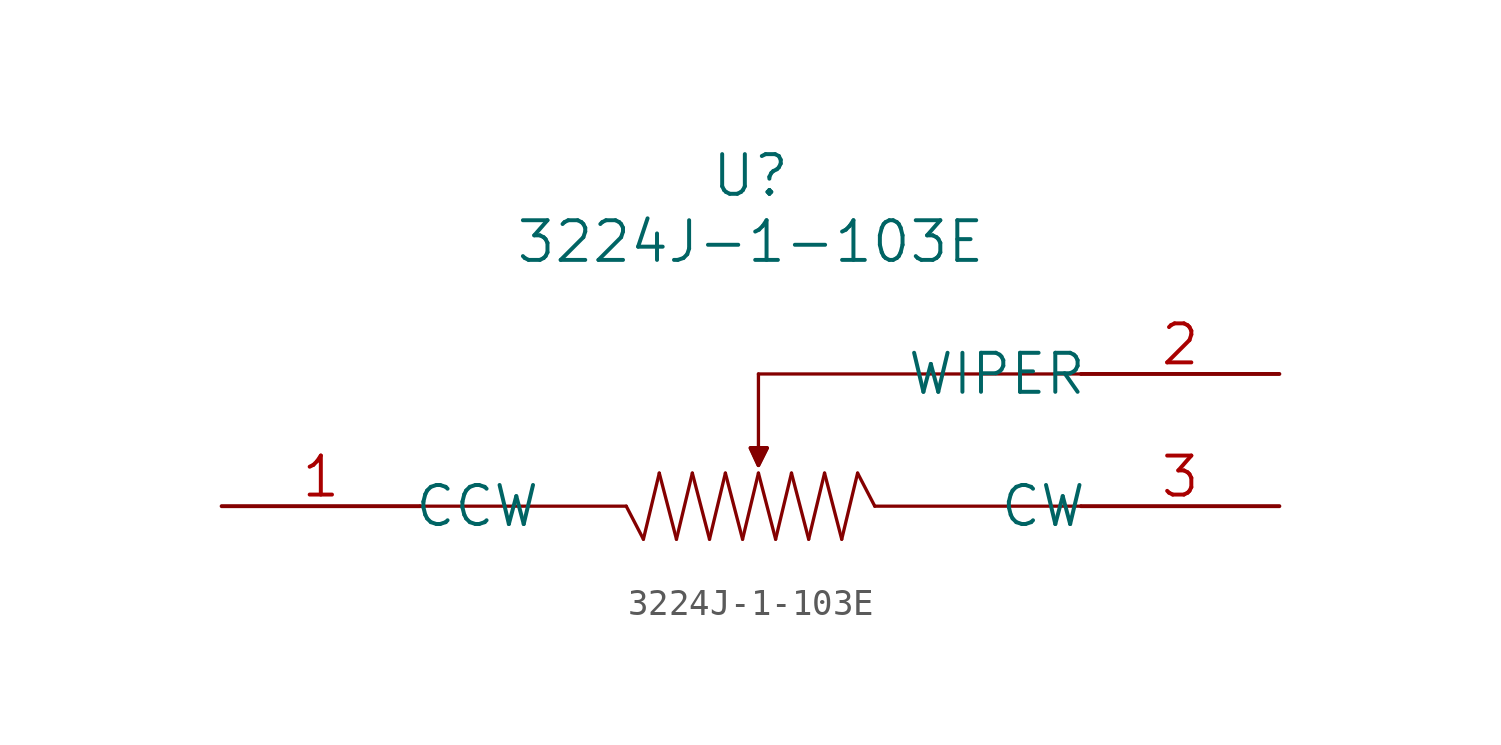
<source format=kicad_sym>
(kicad_symbol_lib
  (version 20211014)
  (generator kicad_symbol_editor)
  (symbol "3224J-1-103E"
    (pin_names
      (offset -0.254))
    (property "Reference" "U"
      (at 20.32 12.7 0)
      (effects (font (size 1.524 1.524))))
    (property "Value" "3224J-1-103E"
      (at 20.32 10.16 0)
      (effects (font (size 1.524 1.524))))
    (property "Datasheet" ""
      (at 0 0 0)
      (effects (font (size 1.524 1.524))))
    (symbol "3224J-1-103E_1_1"
      (polyline (pts (xy 15.545 0) (xy 7.62 0)) (stroke (width 0.127) (type default) (color 0 0 0 0)) (fill (type none)))
      (polyline (pts (xy 15.545 0) (xy 16.205 -1.27)) (stroke (width 0.127) (type default) (color 0 0 0 0)) (fill (type none)))
      (polyline (pts (xy 16.205 -1.27) (xy 16.815 1.27)) (stroke (width 0.127) (type default) (color 0 0 0 0)) (fill (type none)))
      (polyline (pts (xy 16.815 1.27) (xy 17.475 -1.27)) (stroke (width 0.127) (type default) (color 0 0 0 0)) (fill (type none)))
      (polyline (pts (xy 17.475 -1.27) (xy 18.085 1.27)) (stroke (width 0.127) (type default) (color 0 0 0 0)) (fill (type none)))
      (polyline (pts (xy 18.085 1.27) (xy 18.745 -1.27)) (stroke (width 0.127) (type default) (color 0 0 0 0)) (fill (type none)))
      (polyline (pts (xy 18.745 -1.27) (xy 19.355 1.27)) (stroke (width 0.127) (type default) (color 0 0 0 0)) (fill (type none)))
      (polyline (pts (xy 19.355 1.27) (xy 20.015 -1.27)) (stroke (width 0.127) (type default) (color 0 0 0 0)) (fill (type none)))
      (polyline (pts (xy 20.015 -1.27) (xy 20.625 1.27)) (stroke (width 0.127) (type default) (color 0 0 0 0)) (fill (type none)))
      (polyline (pts (xy 20.32 2.235) (xy 20.955 2.235)) (stroke (width 0.127) (type default) (color 0 0 0 0)) (fill (type none)))
      (polyline (pts (xy 20.625 1.27) (xy 21.285 -1.27)) (stroke (width 0.127) (type default) (color 0 0 0 0)) (fill (type none)))
      (polyline (pts (xy 20.625 1.575) (xy 20.32 2.235)) (stroke (width 0.127) (type default) (color 0 0 0 0)) (fill (type none)))
      (polyline (pts (xy 20.625 1.575) (xy 20.955 2.235)) (stroke (width 0.127) (type default) (color 0 0 0 0)) (fill (type none)))
      (polyline (pts (xy 20.625 2.235) (xy 20.625 5.08)) (stroke (width 0.127) (type default) (color 0 0 0 0)) (fill (type none)))
      (polyline (pts (xy 21.285 -1.27) (xy 21.895 1.27)) (stroke (width 0.127) (type default) (color 0 0 0 0)) (fill (type none)))
      (polyline (pts (xy 21.895 1.27) (xy 22.555 -1.27)) (stroke (width 0.127) (type default) (color 0 0 0 0)) (fill (type none)))
      (polyline (pts (xy 22.555 -1.27) (xy 23.165 1.27)) (stroke (width 0.127) (type default) (color 0 0 0 0)) (fill (type none)))
      (polyline (pts (xy 23.165 1.27) (xy 23.825 -1.27)) (stroke (width 0.127) (type default) (color 0 0 0 0)) (fill (type none)))
      (polyline (pts (xy 23.825 -1.27) (xy 24.435 1.27)) (stroke (width 0.127) (type default) (color 0 0 0 0)) (fill (type none)))
      (polyline (pts (xy 24.435 1.27) (xy 25.095 0)) (stroke (width 0.127) (type default) (color 0 0 0 0)) (fill (type none)))
      (polyline (pts (xy 25.095 0) (xy 33.02 0)) (stroke (width 0.127) (type default) (color 0 0 0 0)) (fill (type none)))
      (polyline (pts (xy 33.02 5.08) (xy 20.625 5.08)) (stroke (width 0.127) (type default) (color 0 0 0 0)) (fill (type none)))
      (polyline (pts (xy 20.32 2.235) (xy 20.955 2.235) (xy 20.625 1.575) (xy 20.32 2.235)) (stroke (width 0) (type default) (color 0 0 0 0)) (fill (type outline)))
      (pin input line (at 0 0 0) (length 7.62) (name "CCW" (effects (font (size 1.499 1.499)))) (number "1" (effects (font (size 1.499 1.499)))))
      (pin output line (at 40.64 5.08 180) (length 7.62) (name "WIPER" (effects (font (size 1.499 1.499)))) (number "2" (effects (font (size 1.499 1.499)))))
      (pin input line (at 40.64 0 180) (length 7.62) (name "CW" (effects (font (size 1.499 1.499)))) (number "3" (effects (font (size 1.499 1.499))))))))
</source>
